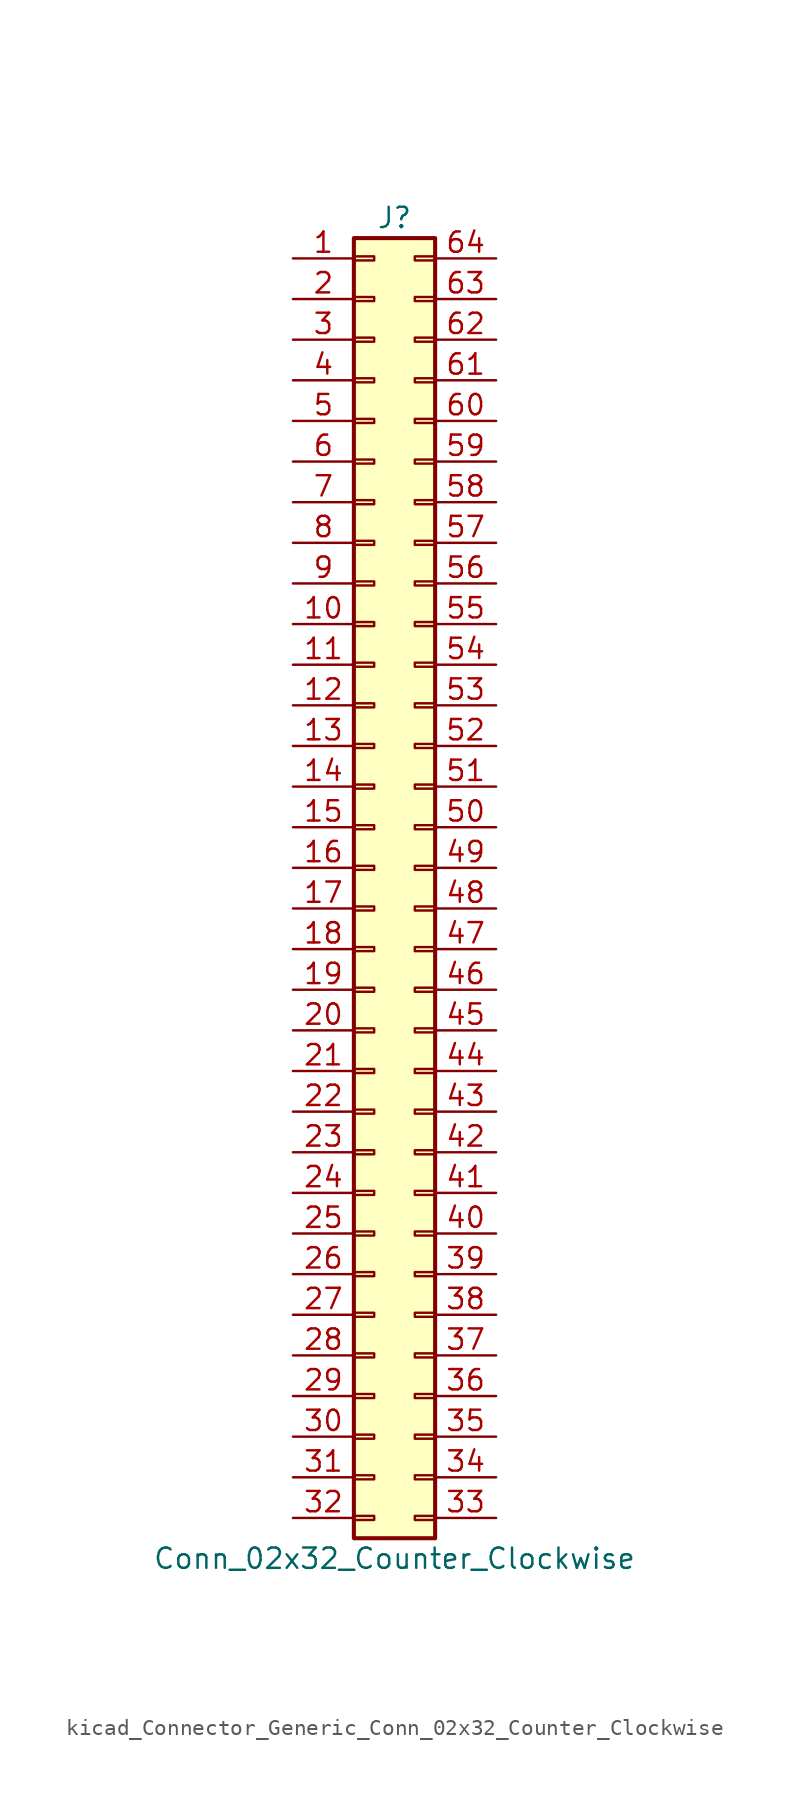
<source format=kicad_sym>
(kicad_symbol_lib
  (version 20220914)
  (generator kicad_symbol_editor)
  (symbol "kicad_Connector_Generic_Conn_02x32_Counter_Clockwise"
    (pin_names
      (offset 1.016) hide)
    (property "Reference" "J"
      (at 1.27 40.64 0)
      (effects (font (size 1.27 1.27))))
    (property "Value" "Conn_02x32_Counter_Clockwise"
      (at 1.27 -43.18 0)
      (effects (font (size 1.27 1.27))))
    (symbol "kicad_Connector_Generic_Conn_02x32_Counter_Clockwise_1_1"
      (rectangle (start -1.27 -40.513) (end 0 -40.767) (stroke (width 0.152) (type default)) (fill (type none)))
      (rectangle (start -1.27 -37.973) (end 0 -38.227) (stroke (width 0.152) (type default)) (fill (type none)))
      (rectangle (start -1.27 -35.433) (end 0 -35.687) (stroke (width 0.152) (type default)) (fill (type none)))
      (rectangle (start -1.27 -32.893) (end 0 -33.147) (stroke (width 0.152) (type default)) (fill (type none)))
      (rectangle (start -1.27 -30.353) (end 0 -30.607) (stroke (width 0.152) (type default)) (fill (type none)))
      (rectangle (start -1.27 -27.813) (end 0 -28.067) (stroke (width 0.152) (type default)) (fill (type none)))
      (rectangle (start -1.27 -25.273) (end 0 -25.527) (stroke (width 0.152) (type default)) (fill (type none)))
      (rectangle (start -1.27 -22.733) (end 0 -22.987) (stroke (width 0.152) (type default)) (fill (type none)))
      (rectangle (start -1.27 -20.193) (end 0 -20.447) (stroke (width 0.152) (type default)) (fill (type none)))
      (rectangle (start -1.27 -17.653) (end 0 -17.907) (stroke (width 0.152) (type default)) (fill (type none)))
      (rectangle (start -1.27 -15.113) (end 0 -15.367) (stroke (width 0.152) (type default)) (fill (type none)))
      (rectangle (start -1.27 -12.573) (end 0 -12.827) (stroke (width 0.152) (type default)) (fill (type none)))
      (rectangle (start -1.27 -10.033) (end 0 -10.287) (stroke (width 0.152) (type default)) (fill (type none)))
      (rectangle (start -1.27 -7.493) (end 0 -7.747) (stroke (width 0.152) (type default)) (fill (type none)))
      (rectangle (start -1.27 -4.953) (end 0 -5.207) (stroke (width 0.152) (type default)) (fill (type none)))
      (rectangle (start -1.27 -2.413) (end 0 -2.667) (stroke (width 0.152) (type default)) (fill (type none)))
      (rectangle (start -1.27 0.127) (end 0 -0.127) (stroke (width 0.152) (type default)) (fill (type none)))
      (rectangle (start -1.27 2.667) (end 0 2.413) (stroke (width 0.152) (type default)) (fill (type none)))
      (rectangle (start -1.27 5.207) (end 0 4.953) (stroke (width 0.152) (type default)) (fill (type none)))
      (rectangle (start -1.27 7.747) (end 0 7.493) (stroke (width 0.152) (type default)) (fill (type none)))
      (rectangle (start -1.27 10.287) (end 0 10.033) (stroke (width 0.152) (type default)) (fill (type none)))
      (rectangle (start -1.27 12.827) (end 0 12.573) (stroke (width 0.152) (type default)) (fill (type none)))
      (rectangle (start -1.27 15.367) (end 0 15.113) (stroke (width 0.152) (type default)) (fill (type none)))
      (rectangle (start -1.27 17.907) (end 0 17.653) (stroke (width 0.152) (type default)) (fill (type none)))
      (rectangle (start -1.27 20.447) (end 0 20.193) (stroke (width 0.152) (type default)) (fill (type none)))
      (rectangle (start -1.27 22.987) (end 0 22.733) (stroke (width 0.152) (type default)) (fill (type none)))
      (rectangle (start -1.27 25.527) (end 0 25.273) (stroke (width 0.152) (type default)) (fill (type none)))
      (rectangle (start -1.27 28.067) (end 0 27.813) (stroke (width 0.152) (type default)) (fill (type none)))
      (rectangle (start -1.27 30.607) (end 0 30.353) (stroke (width 0.152) (type default)) (fill (type none)))
      (rectangle (start -1.27 33.147) (end 0 32.893) (stroke (width 0.152) (type default)) (fill (type none)))
      (rectangle (start -1.27 35.687) (end 0 35.433) (stroke (width 0.152) (type default)) (fill (type none)))
      (rectangle (start -1.27 38.227) (end 0 37.973) (stroke (width 0.152) (type default)) (fill (type none)))
      (rectangle (start -1.27 39.37) (end 3.81 -41.91) (stroke (width 0.254) (type default)) (fill (type background)))
      (rectangle (start 3.81 -40.513) (end 2.54 -40.767) (stroke (width 0.152) (type default)) (fill (type none)))
      (rectangle (start 3.81 -37.973) (end 2.54 -38.227) (stroke (width 0.152) (type default)) (fill (type none)))
      (rectangle (start 3.81 -35.433) (end 2.54 -35.687) (stroke (width 0.152) (type default)) (fill (type none)))
      (rectangle (start 3.81 -32.893) (end 2.54 -33.147) (stroke (width 0.152) (type default)) (fill (type none)))
      (rectangle (start 3.81 -30.353) (end 2.54 -30.607) (stroke (width 0.152) (type default)) (fill (type none)))
      (rectangle (start 3.81 -27.813) (end 2.54 -28.067) (stroke (width 0.152) (type default)) (fill (type none)))
      (rectangle (start 3.81 -25.273) (end 2.54 -25.527) (stroke (width 0.152) (type default)) (fill (type none)))
      (rectangle (start 3.81 -22.733) (end 2.54 -22.987) (stroke (width 0.152) (type default)) (fill (type none)))
      (rectangle (start 3.81 -20.193) (end 2.54 -20.447) (stroke (width 0.152) (type default)) (fill (type none)))
      (rectangle (start 3.81 -17.653) (end 2.54 -17.907) (stroke (width 0.152) (type default)) (fill (type none)))
      (rectangle (start 3.81 -15.113) (end 2.54 -15.367) (stroke (width 0.152) (type default)) (fill (type none)))
      (rectangle (start 3.81 -12.573) (end 2.54 -12.827) (stroke (width 0.152) (type default)) (fill (type none)))
      (rectangle (start 3.81 -10.033) (end 2.54 -10.287) (stroke (width 0.152) (type default)) (fill (type none)))
      (rectangle (start 3.81 -7.493) (end 2.54 -7.747) (stroke (width 0.152) (type default)) (fill (type none)))
      (rectangle (start 3.81 -4.953) (end 2.54 -5.207) (stroke (width 0.152) (type default)) (fill (type none)))
      (rectangle (start 3.81 -2.413) (end 2.54 -2.667) (stroke (width 0.152) (type default)) (fill (type none)))
      (rectangle (start 3.81 0.127) (end 2.54 -0.127) (stroke (width 0.152) (type default)) (fill (type none)))
      (rectangle (start 3.81 2.667) (end 2.54 2.413) (stroke (width 0.152) (type default)) (fill (type none)))
      (rectangle (start 3.81 5.207) (end 2.54 4.953) (stroke (width 0.152) (type default)) (fill (type none)))
      (rectangle (start 3.81 7.747) (end 2.54 7.493) (stroke (width 0.152) (type default)) (fill (type none)))
      (rectangle (start 3.81 10.287) (end 2.54 10.033) (stroke (width 0.152) (type default)) (fill (type none)))
      (rectangle (start 3.81 12.827) (end 2.54 12.573) (stroke (width 0.152) (type default)) (fill (type none)))
      (rectangle (start 3.81 15.367) (end 2.54 15.113) (stroke (width 0.152) (type default)) (fill (type none)))
      (rectangle (start 3.81 17.907) (end 2.54 17.653) (stroke (width 0.152) (type default)) (fill (type none)))
      (rectangle (start 3.81 20.447) (end 2.54 20.193) (stroke (width 0.152) (type default)) (fill (type none)))
      (rectangle (start 3.81 22.987) (end 2.54 22.733) (stroke (width 0.152) (type default)) (fill (type none)))
      (rectangle (start 3.81 25.527) (end 2.54 25.273) (stroke (width 0.152) (type default)) (fill (type none)))
      (rectangle (start 3.81 28.067) (end 2.54 27.813) (stroke (width 0.152) (type default)) (fill (type none)))
      (rectangle (start 3.81 30.607) (end 2.54 30.353) (stroke (width 0.152) (type default)) (fill (type none)))
      (rectangle (start 3.81 33.147) (end 2.54 32.893) (stroke (width 0.152) (type default)) (fill (type none)))
      (rectangle (start 3.81 35.687) (end 2.54 35.433) (stroke (width 0.152) (type default)) (fill (type none)))
      (rectangle (start 3.81 38.227) (end 2.54 37.973) (stroke (width 0.152) (type default)) (fill (type none)))
      (pin passive line (at -5.08 38.1 0) (length 3.81) (name "Pin_1" (effects (font (size 1.27 1.27)))) (number "1" (effects (font (size 1.27 1.27)))))
      (pin passive line (at -5.08 15.24 0) (length 3.81) (name "Pin_10" (effects (font (size 1.27 1.27)))) (number "10" (effects (font (size 1.27 1.27)))))
      (pin passive line (at -5.08 12.7 0) (length 3.81) (name "Pin_11" (effects (font (size 1.27 1.27)))) (number "11" (effects (font (size 1.27 1.27)))))
      (pin passive line (at -5.08 10.16 0) (length 3.81) (name "Pin_12" (effects (font (size 1.27 1.27)))) (number "12" (effects (font (size 1.27 1.27)))))
      (pin passive line (at -5.08 7.62 0) (length 3.81) (name "Pin_13" (effects (font (size 1.27 1.27)))) (number "13" (effects (font (size 1.27 1.27)))))
      (pin passive line (at -5.08 5.08 0) (length 3.81) (name "Pin_14" (effects (font (size 1.27 1.27)))) (number "14" (effects (font (size 1.27 1.27)))))
      (pin passive line (at -5.08 2.54 0) (length 3.81) (name "Pin_15" (effects (font (size 1.27 1.27)))) (number "15" (effects (font (size 1.27 1.27)))))
      (pin passive line (at -5.08 0 0) (length 3.81) (name "Pin_16" (effects (font (size 1.27 1.27)))) (number "16" (effects (font (size 1.27 1.27)))))
      (pin passive line (at -5.08 -2.54 0) (length 3.81) (name "Pin_17" (effects (font (size 1.27 1.27)))) (number "17" (effects (font (size 1.27 1.27)))))
      (pin passive line (at -5.08 -5.08 0) (length 3.81) (name "Pin_18" (effects (font (size 1.27 1.27)))) (number "18" (effects (font (size 1.27 1.27)))))
      (pin passive line (at -5.08 -7.62 0) (length 3.81) (name "Pin_19" (effects (font (size 1.27 1.27)))) (number "19" (effects (font (size 1.27 1.27)))))
      (pin passive line (at -5.08 35.56 0) (length 3.81) (name "Pin_2" (effects (font (size 1.27 1.27)))) (number "2" (effects (font (size 1.27 1.27)))))
      (pin passive line (at -5.08 -10.16 0) (length 3.81) (name "Pin_20" (effects (font (size 1.27 1.27)))) (number "20" (effects (font (size 1.27 1.27)))))
      (pin passive line (at -5.08 -12.7 0) (length 3.81) (name "Pin_21" (effects (font (size 1.27 1.27)))) (number "21" (effects (font (size 1.27 1.27)))))
      (pin passive line (at -5.08 -15.24 0) (length 3.81) (name "Pin_22" (effects (font (size 1.27 1.27)))) (number "22" (effects (font (size 1.27 1.27)))))
      (pin passive line (at -5.08 -17.78 0) (length 3.81) (name "Pin_23" (effects (font (size 1.27 1.27)))) (number "23" (effects (font (size 1.27 1.27)))))
      (pin passive line (at -5.08 -20.32 0) (length 3.81) (name "Pin_24" (effects (font (size 1.27 1.27)))) (number "24" (effects (font (size 1.27 1.27)))))
      (pin passive line (at -5.08 -22.86 0) (length 3.81) (name "Pin_25" (effects (font (size 1.27 1.27)))) (number "25" (effects (font (size 1.27 1.27)))))
      (pin passive line (at -5.08 -25.4 0) (length 3.81) (name "Pin_26" (effects (font (size 1.27 1.27)))) (number "26" (effects (font (size 1.27 1.27)))))
      (pin passive line (at -5.08 -27.94 0) (length 3.81) (name "Pin_27" (effects (font (size 1.27 1.27)))) (number "27" (effects (font (size 1.27 1.27)))))
      (pin passive line (at -5.08 -30.48 0) (length 3.81) (name "Pin_28" (effects (font (size 1.27 1.27)))) (number "28" (effects (font (size 1.27 1.27)))))
      (pin passive line (at -5.08 -33.02 0) (length 3.81) (name "Pin_29" (effects (font (size 1.27 1.27)))) (number "29" (effects (font (size 1.27 1.27)))))
      (pin passive line (at -5.08 33.02 0) (length 3.81) (name "Pin_3" (effects (font (size 1.27 1.27)))) (number "3" (effects (font (size 1.27 1.27)))))
      (pin passive line (at -5.08 -35.56 0) (length 3.81) (name "Pin_30" (effects (font (size 1.27 1.27)))) (number "30" (effects (font (size 1.27 1.27)))))
      (pin passive line (at -5.08 -38.1 0) (length 3.81) (name "Pin_31" (effects (font (size 1.27 1.27)))) (number "31" (effects (font (size 1.27 1.27)))))
      (pin passive line (at -5.08 -40.64 0) (length 3.81) (name "Pin_32" (effects (font (size 1.27 1.27)))) (number "32" (effects (font (size 1.27 1.27)))))
      (pin passive line (at 7.62 -40.64 180) (length 3.81) (name "Pin_33" (effects (font (size 1.27 1.27)))) (number "33" (effects (font (size 1.27 1.27)))))
      (pin passive line (at 7.62 -38.1 180) (length 3.81) (name "Pin_34" (effects (font (size 1.27 1.27)))) (number "34" (effects (font (size 1.27 1.27)))))
      (pin passive line (at 7.62 -35.56 180) (length 3.81) (name "Pin_35" (effects (font (size 1.27 1.27)))) (number "35" (effects (font (size 1.27 1.27)))))
      (pin passive line (at 7.62 -33.02 180) (length 3.81) (name "Pin_36" (effects (font (size 1.27 1.27)))) (number "36" (effects (font (size 1.27 1.27)))))
      (pin passive line (at 7.62 -30.48 180) (length 3.81) (name "Pin_37" (effects (font (size 1.27 1.27)))) (number "37" (effects (font (size 1.27 1.27)))))
      (pin passive line (at 7.62 -27.94 180) (length 3.81) (name "Pin_38" (effects (font (size 1.27 1.27)))) (number "38" (effects (font (size 1.27 1.27)))))
      (pin passive line (at 7.62 -25.4 180) (length 3.81) (name "Pin_39" (effects (font (size 1.27 1.27)))) (number "39" (effects (font (size 1.27 1.27)))))
      (pin passive line (at -5.08 30.48 0) (length 3.81) (name "Pin_4" (effects (font (size 1.27 1.27)))) (number "4" (effects (font (size 1.27 1.27)))))
      (pin passive line (at 7.62 -22.86 180) (length 3.81) (name "Pin_40" (effects (font (size 1.27 1.27)))) (number "40" (effects (font (size 1.27 1.27)))))
      (pin passive line (at 7.62 -20.32 180) (length 3.81) (name "Pin_41" (effects (font (size 1.27 1.27)))) (number "41" (effects (font (size 1.27 1.27)))))
      (pin passive line (at 7.62 -17.78 180) (length 3.81) (name "Pin_42" (effects (font (size 1.27 1.27)))) (number "42" (effects (font (size 1.27 1.27)))))
      (pin passive line (at 7.62 -15.24 180) (length 3.81) (name "Pin_43" (effects (font (size 1.27 1.27)))) (number "43" (effects (font (size 1.27 1.27)))))
      (pin passive line (at 7.62 -12.7 180) (length 3.81) (name "Pin_44" (effects (font (size 1.27 1.27)))) (number "44" (effects (font (size 1.27 1.27)))))
      (pin passive line (at 7.62 -10.16 180) (length 3.81) (name "Pin_45" (effects (font (size 1.27 1.27)))) (number "45" (effects (font (size 1.27 1.27)))))
      (pin passive line (at 7.62 -7.62 180) (length 3.81) (name "Pin_46" (effects (font (size 1.27 1.27)))) (number "46" (effects (font (size 1.27 1.27)))))
      (pin passive line (at 7.62 -5.08 180) (length 3.81) (name "Pin_47" (effects (font (size 1.27 1.27)))) (number "47" (effects (font (size 1.27 1.27)))))
      (pin passive line (at 7.62 -2.54 180) (length 3.81) (name "Pin_48" (effects (font (size 1.27 1.27)))) (number "48" (effects (font (size 1.27 1.27)))))
      (pin passive line (at 7.62 0 180) (length 3.81) (name "Pin_49" (effects (font (size 1.27 1.27)))) (number "49" (effects (font (size 1.27 1.27)))))
      (pin passive line (at -5.08 27.94 0) (length 3.81) (name "Pin_5" (effects (font (size 1.27 1.27)))) (number "5" (effects (font (size 1.27 1.27)))))
      (pin passive line (at 7.62 2.54 180) (length 3.81) (name "Pin_50" (effects (font (size 1.27 1.27)))) (number "50" (effects (font (size 1.27 1.27)))))
      (pin passive line (at 7.62 5.08 180) (length 3.81) (name "Pin_51" (effects (font (size 1.27 1.27)))) (number "51" (effects (font (size 1.27 1.27)))))
      (pin passive line (at 7.62 7.62 180) (length 3.81) (name "Pin_52" (effects (font (size 1.27 1.27)))) (number "52" (effects (font (size 1.27 1.27)))))
      (pin passive line (at 7.62 10.16 180) (length 3.81) (name "Pin_53" (effects (font (size 1.27 1.27)))) (number "53" (effects (font (size 1.27 1.27)))))
      (pin passive line (at 7.62 12.7 180) (length 3.81) (name "Pin_54" (effects (font (size 1.27 1.27)))) (number "54" (effects (font (size 1.27 1.27)))))
      (pin passive line (at 7.62 15.24 180) (length 3.81) (name "Pin_55" (effects (font (size 1.27 1.27)))) (number "55" (effects (font (size 1.27 1.27)))))
      (pin passive line (at 7.62 17.78 180) (length 3.81) (name "Pin_56" (effects (font (size 1.27 1.27)))) (number "56" (effects (font (size 1.27 1.27)))))
      (pin passive line (at 7.62 20.32 180) (length 3.81) (name "Pin_57" (effects (font (size 1.27 1.27)))) (number "57" (effects (font (size 1.27 1.27)))))
      (pin passive line (at 7.62 22.86 180) (length 3.81) (name "Pin_58" (effects (font (size 1.27 1.27)))) (number "58" (effects (font (size 1.27 1.27)))))
      (pin passive line (at 7.62 25.4 180) (length 3.81) (name "Pin_59" (effects (font (size 1.27 1.27)))) (number "59" (effects (font (size 1.27 1.27)))))
      (pin passive line (at -5.08 25.4 0) (length 3.81) (name "Pin_6" (effects (font (size 1.27 1.27)))) (number "6" (effects (font (size 1.27 1.27)))))
      (pin passive line (at 7.62 27.94 180) (length 3.81) (name "Pin_60" (effects (font (size 1.27 1.27)))) (number "60" (effects (font (size 1.27 1.27)))))
      (pin passive line (at 7.62 30.48 180) (length 3.81) (name "Pin_61" (effects (font (size 1.27 1.27)))) (number "61" (effects (font (size 1.27 1.27)))))
      (pin passive line (at 7.62 33.02 180) (length 3.81) (name "Pin_62" (effects (font (size 1.27 1.27)))) (number "62" (effects (font (size 1.27 1.27)))))
      (pin passive line (at 7.62 35.56 180) (length 3.81) (name "Pin_63" (effects (font (size 1.27 1.27)))) (number "63" (effects (font (size 1.27 1.27)))))
      (pin passive line (at 7.62 38.1 180) (length 3.81) (name "Pin_64" (effects (font (size 1.27 1.27)))) (number "64" (effects (font (size 1.27 1.27)))))
      (pin passive line (at -5.08 22.86 0) (length 3.81) (name "Pin_7" (effects (font (size 1.27 1.27)))) (number "7" (effects (font (size 1.27 1.27)))))
      (pin passive line (at -5.08 20.32 0) (length 3.81) (name "Pin_8" (effects (font (size 1.27 1.27)))) (number "8" (effects (font (size 1.27 1.27)))))
      (pin passive line (at -5.08 17.78 0) (length 3.81) (name "Pin_9" (effects (font (size 1.27 1.27)))) (number "9" (effects (font (size 1.27 1.27))))))))
</source>
